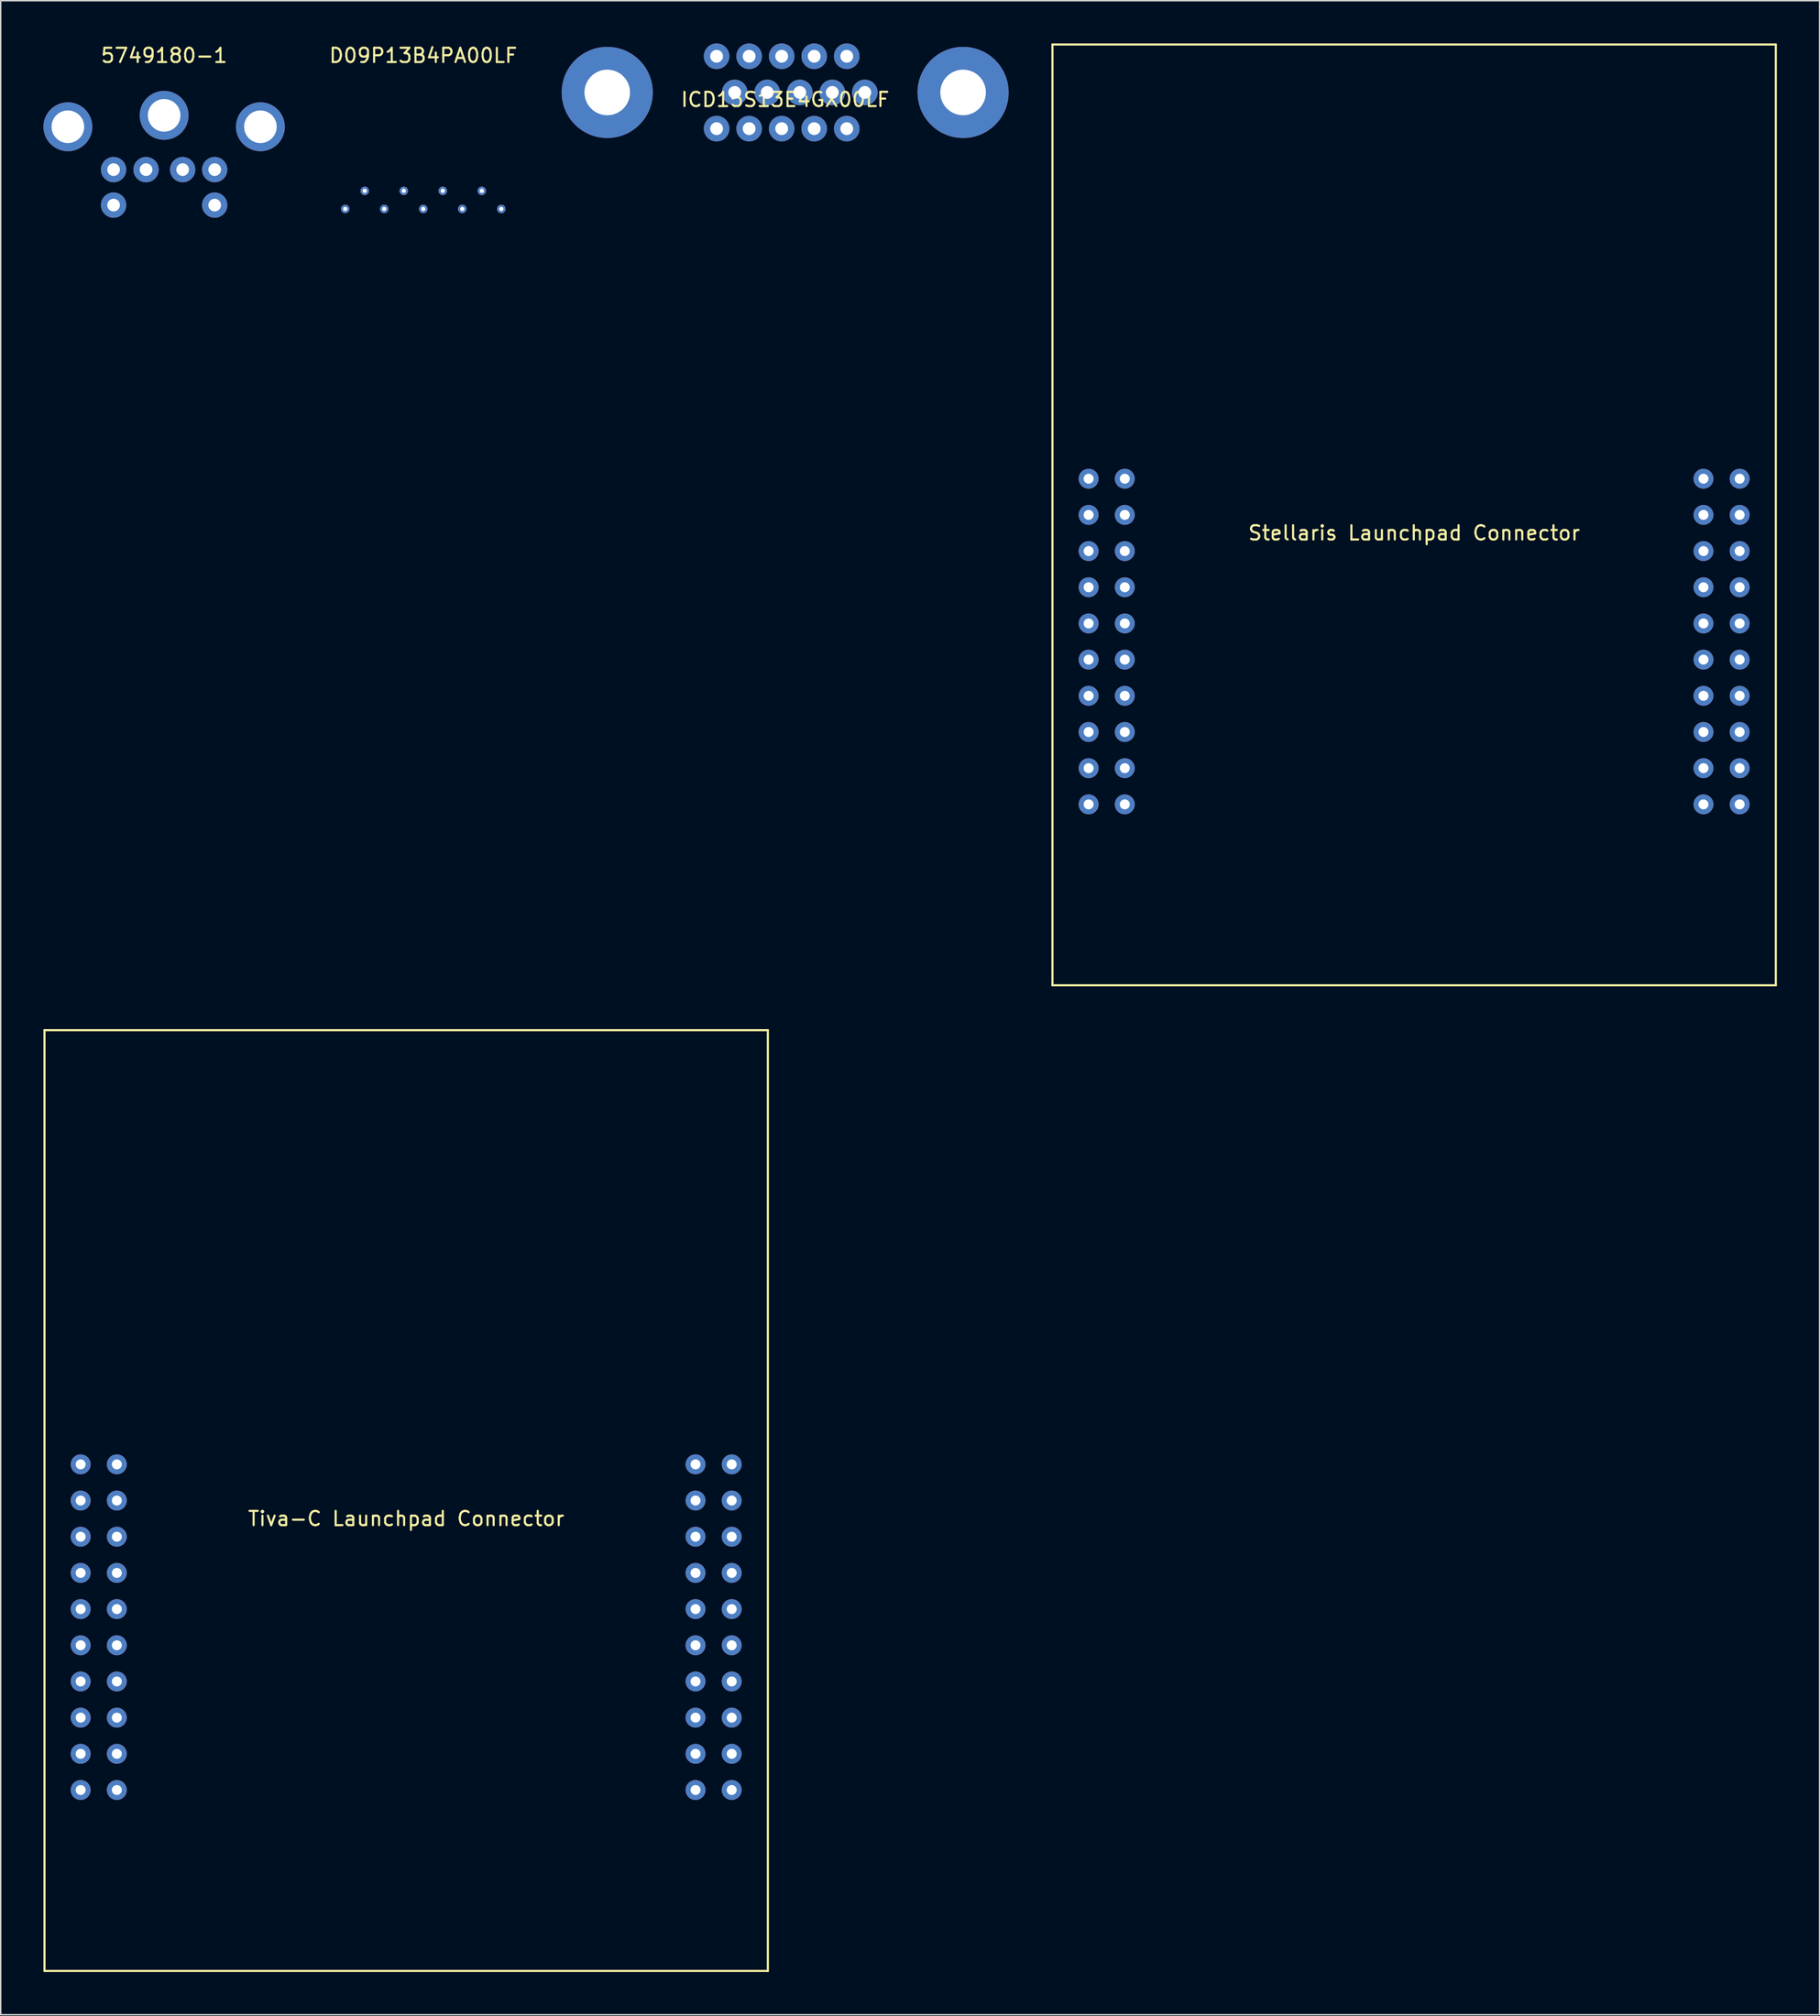
<source format=kicad_pcb>
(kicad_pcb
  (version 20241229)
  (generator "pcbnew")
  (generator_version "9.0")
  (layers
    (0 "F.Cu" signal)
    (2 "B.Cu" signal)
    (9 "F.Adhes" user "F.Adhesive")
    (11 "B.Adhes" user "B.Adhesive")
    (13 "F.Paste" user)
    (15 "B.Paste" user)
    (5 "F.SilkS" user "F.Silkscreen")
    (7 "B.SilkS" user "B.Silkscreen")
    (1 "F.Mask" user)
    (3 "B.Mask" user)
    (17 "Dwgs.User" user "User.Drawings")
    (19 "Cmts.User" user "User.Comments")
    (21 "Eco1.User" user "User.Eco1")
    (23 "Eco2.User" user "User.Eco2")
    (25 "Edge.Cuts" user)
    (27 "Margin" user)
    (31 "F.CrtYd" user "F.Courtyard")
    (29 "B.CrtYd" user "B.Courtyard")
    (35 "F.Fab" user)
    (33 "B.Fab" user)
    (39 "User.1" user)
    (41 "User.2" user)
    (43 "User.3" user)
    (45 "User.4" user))
  (footprint "5749180-1"
    (layer "F.Cu")
    (at 8.477 0.348)
    (property "Reference" "5749180-1" (at 0 0.5 0) (layer "F.SilkS") (effects (font (size 1 1) (thickness 0.15))))
    (attr through_hole)
    (pad "" thru_hole circle (at -6.76 5.5) (size 3.435 3.435) (drill 2.29) (layers "*.Cu" "*.Mask"))
    (pad "" thru_hole circle (at 0 4.7) (size 3.435 3.435) (drill 2.29) (layers "*.Cu" "*.Mask"))
    (pad "" thru_hole circle (at 6.76 5.5) (size 3.435 3.435) (drill 2.29) (layers "*.Cu" "*.Mask"))
    (pad "1" thru_hole circle (at 1.3 8.51) (size 1.78 1.78) (drill 0.89) (layers "*.Cu" "*.Mask"))
    (pad "2" thru_hole circle (at -1.27 8.51) (size 1.78 1.78) (drill 0.89) (layers "*.Cu" "*.Mask"))
    (pad "3" thru_hole circle (at 3.55 8.51) (size 1.78 1.78) (drill 0.89) (layers "*.Cu" "*.Mask"))
    (pad "4" thru_hole circle (at -3.55 8.51) (size 1.78 1.78) (drill 0.89) (layers "*.Cu" "*.Mask"))
    (pad "5" thru_hole circle (at 3.55 11) (size 1.78 1.78) (drill 0.89) (layers "*.Cu" "*.Mask"))
    (pad "6" thru_hole circle (at -3.55 11) (size 1.78 1.78) (drill 0.89) (layers "*.Cu" "*.Mask")))
  (footprint "Stellaris Launchpad Connector"
    (layer "F.Cu")
    (at 96.26 33.095)
    (property "Reference" "Stellaris Launchpad Connector" (at 0 1.27 0) (layer "F.SilkS") (effects (font (size 1 1) (thickness 0.15))))
    (attr through_hole)
    (fp_line (start -25.4 -33.02) (end 25.4 -33.02) (stroke (width 0.15) (type solid)) (layer "F.SilkS"))
    (fp_line (start -25.4 33.02) (end -25.4 -33.02) (stroke (width 0.15) (type solid)) (layer "F.SilkS"))
    (fp_line (start -25.4 33.02) (end 25.4 33.02) (stroke (width 0.15) (type solid)) (layer "F.SilkS"))
    (fp_line (start 25.4 33.02) (end 25.4 -33.02) (stroke (width 0.15) (type solid)) (layer "F.SilkS"))
    (pad "1.01" thru_hole circle (at 22.86 -2.54) (size 1.4 1.4) (drill 0.7) (layers "*.Cu" "*.Mask"))
    (pad "1.02" thru_hole circle (at 22.86 0) (size 1.4 1.4) (drill 0.7) (layers "*.Cu" "*.Mask"))
    (pad "1.03" thru_hole circle (at 22.86 2.54) (size 1.4 1.4) (drill 0.7) (layers "*.Cu" "*.Mask"))
    (pad "1.04" thru_hole circle (at 22.86 5.08) (size 1.4 1.4) (drill 0.7) (layers "*.Cu" "*.Mask"))
    (pad "1.05" thru_hole circle (at 22.86 7.62) (size 1.4 1.4) (drill 0.7) (layers "*.Cu" "*.Mask"))
    (pad "1.06" thru_hole circle (at 22.86 10.16) (size 1.4 1.4) (drill 0.7) (layers "*.Cu" "*.Mask"))
    (pad "1.07" thru_hole circle (at 22.86 12.7) (size 1.4 1.4) (drill 0.7) (layers "*.Cu" "*.Mask"))
    (pad "1.08" thru_hole circle (at 22.86 15.24) (size 1.4 1.4) (drill 0.7) (layers "*.Cu" "*.Mask"))
    (pad "1.09" thru_hole circle (at 22.86 17.78) (size 1.4 1.4) (drill 0.7) (layers "*.Cu" "*.Mask"))
    (pad "1.10" thru_hole circle (at 22.86 20.32) (size 1.4 1.4) (drill 0.7) (layers "*.Cu" "*.Mask"))
    (pad "2.01" thru_hole circle (at -22.86 -2.54) (size 1.4 1.4) (drill 0.7) (layers "*.Cu" "*.Mask"))
    (pad "2.02" thru_hole circle (at -22.86 0) (size 1.4 1.4) (drill 0.7) (layers "*.Cu" "*.Mask"))
    (pad "2.03" thru_hole circle (at -22.86 2.54) (size 1.4 1.4) (drill 0.7) (layers "*.Cu" "*.Mask"))
    (pad "2.04" thru_hole circle (at -22.86 5.08) (size 1.4 1.4) (drill 0.7) (layers "*.Cu" "*.Mask"))
    (pad "2.05" thru_hole circle (at -22.86 7.62) (size 1.4 1.4) (drill 0.7) (layers "*.Cu" "*.Mask"))
    (pad "2.06" thru_hole circle (at -22.86 10.16) (size 1.4 1.4) (drill 0.7) (layers "*.Cu" "*.Mask"))
    (pad "2.07" thru_hole circle (at -22.86 12.7) (size 1.4 1.4) (drill 0.7) (layers "*.Cu" "*.Mask"))
    (pad "2.08" thru_hole circle (at -22.86 15.24) (size 1.4 1.4) (drill 0.7) (layers "*.Cu" "*.Mask"))
    (pad "2.09" thru_hole circle (at -22.86 17.78) (size 1.4 1.4) (drill 0.7) (layers "*.Cu" "*.Mask"))
    (pad "2.10" thru_hole circle (at -22.86 20.32) (size 1.4 1.4) (drill 0.7) (layers "*.Cu" "*.Mask"))
    (pad "3.01" thru_hole circle (at 20.32 -2.54) (size 1.4 1.4) (drill 0.7) (layers "*.Cu" "*.Mask"))
    (pad "3.02" thru_hole circle (at 20.32 0) (size 1.4 1.4) (drill 0.7) (layers "*.Cu" "*.Mask"))
    (pad "3.03" thru_hole circle (at 20.32 2.54) (size 1.4 1.4) (drill 0.7) (layers "*.Cu" "*.Mask"))
    (pad "3.04" thru_hole circle (at 20.32 5.08) (size 1.4 1.4) (drill 0.7) (layers "*.Cu" "*.Mask"))
    (pad "3.05" thru_hole circle (at 20.32 7.62) (size 1.4 1.4) (drill 0.7) (layers "*.Cu" "*.Mask"))
    (pad "3.06" thru_hole circle (at 20.32 10.16) (size 1.4 1.4) (drill 0.7) (layers "*.Cu" "*.Mask"))
    (pad "3.07" thru_hole circle (at 20.32 12.7) (size 1.4 1.4) (drill 0.7) (layers "*.Cu" "*.Mask"))
    (pad "3.08" thru_hole circle (at 20.32 15.24) (size 1.4 1.4) (drill 0.7) (layers "*.Cu" "*.Mask"))
    (pad "3.09" thru_hole circle (at 20.32 17.78) (size 1.4 1.4) (drill 0.7) (layers "*.Cu" "*.Mask"))
    (pad "3.10" thru_hole circle (at 20.32 20.32) (size 1.4 1.4) (drill 0.7) (layers "*.Cu" "*.Mask"))
    (pad "4.01" thru_hole circle (at -20.32 -2.54) (size 1.4 1.4) (drill 0.7) (layers "*.Cu" "*.Mask"))
    (pad "4.02" thru_hole circle (at -20.32 0) (size 1.4 1.4) (drill 0.7) (layers "*.Cu" "*.Mask"))
    (pad "4.03" thru_hole circle (at -20.32 2.54) (size 1.4 1.4) (drill 0.7) (layers "*.Cu" "*.Mask"))
    (pad "4.04" thru_hole circle (at -20.32 5.08) (size 1.4 1.4) (drill 0.7) (layers "*.Cu" "*.Mask"))
    (pad "4.05" thru_hole circle (at -20.32 7.62) (size 1.4 1.4) (drill 0.7) (layers "*.Cu" "*.Mask"))
    (pad "4.06" thru_hole circle (at -20.32 10.16) (size 1.4 1.4) (drill 0.7) (layers "*.Cu" "*.Mask"))
    (pad "4.07" thru_hole circle (at -20.32 12.7) (size 1.4 1.4) (drill 0.7) (layers "*.Cu" "*.Mask"))
    (pad "4.08" thru_hole circle (at -20.32 15.24) (size 1.4 1.4) (drill 0.7) (layers "*.Cu" "*.Mask"))
    (pad "4.09" thru_hole circle (at -20.32 17.78) (size 1.4 1.4) (drill 0.7) (layers "*.Cu" "*.Mask"))
    (pad "4.10" thru_hole circle (at -20.32 20.32) (size 1.4 1.4) (drill 0.7) (layers "*.Cu" "*.Mask")))
  (footprint "D09P13B4PA00LF"
    (layer "F.Cu")
    (at 26.675 0.348)
    (property "Reference" "D09P13B4PA00LF" (at 0 0.5 0) (layer "F.SilkS") (effects (font (size 1 1) (thickness 0.15))))
    (attr through_hole)
    (pad "1" thru_hole circle (at -5.48 11.27) (size 0.6 0.6) (drill 0.3) (layers "*.Cu" "*.Mask"))
    (pad "2" thru_hole circle (at -2.74 11.27) (size 0.6 0.6) (drill 0.3) (layers "*.Cu" "*.Mask"))
    (pad "2" thru_hole circle (at -1.37 10) (size 0.6 0.6) (drill 0.3) (layers "*.Cu" "*.Mask"))
    (pad "3" thru_hole circle (at 0 11.27) (size 0.6 0.6) (drill 0.3) (layers "*.Cu" "*.Mask"))
    (pad "3" thru_hole circle (at 1.37 10) (size 0.6 0.6) (drill 0.3) (layers "*.Cu" "*.Mask"))
    (pad "4" thru_hole circle (at 2.74 11.27) (size 0.6 0.6) (drill 0.3) (layers "*.Cu" "*.Mask"))
    (pad "4" thru_hole circle (at 4.11 10) (size 0.6 0.6) (drill 0.3) (layers "*.Cu" "*.Mask"))
    (pad "5" thru_hole circle (at 5.48 11.27) (size 0.6 0.6) (drill 0.3) (layers "*.Cu" "*.Mask"))
    (pad "6" thru_hole circle (at -4.11 10) (size 0.6 0.6) (drill 0.3) (layers "*.Cu" "*.Mask")))
  (footprint "Tiva-C Launchpad Connector"
    (layer "F.Cu")
    (at 25.475 102.285)
    (property "Reference" "Tiva-C Launchpad Connector" (at 0 1.27 0) (layer "F.SilkS") (effects (font (size 1 1) (thickness 0.15))))
    (attr through_hole)
    (fp_line (start -25.4 -33.02) (end 25.4 -33.02) (stroke (width 0.15) (type solid)) (layer "F.SilkS"))
    (fp_line (start -25.4 33.02) (end -25.4 -33.02) (stroke (width 0.15) (type solid)) (layer "F.SilkS"))
    (fp_line (start -25.4 33.02) (end 25.4 33.02) (stroke (width 0.15) (type solid)) (layer "F.SilkS"))
    (fp_line (start 25.4 33.02) (end 25.4 -33.02) (stroke (width 0.15) (type solid)) (layer "F.SilkS"))
    (pad "1.01" thru_hole circle (at 22.86 -2.54) (size 1.4 1.4) (drill 0.7) (layers "*.Cu" "*.Mask"))
    (pad "1.02" thru_hole circle (at 22.86 0) (size 1.4 1.4) (drill 0.7) (layers "*.Cu" "*.Mask"))
    (pad "1.03" thru_hole circle (at 22.86 2.54) (size 1.4 1.4) (drill 0.7) (layers "*.Cu" "*.Mask"))
    (pad "1.04" thru_hole circle (at 22.86 5.08) (size 1.4 1.4) (drill 0.7) (layers "*.Cu" "*.Mask"))
    (pad "1.05" thru_hole circle (at 22.86 7.62) (size 1.4 1.4) (drill 0.7) (layers "*.Cu" "*.Mask"))
    (pad "1.06" thru_hole circle (at 22.86 10.16) (size 1.4 1.4) (drill 0.7) (layers "*.Cu" "*.Mask"))
    (pad "1.07" thru_hole circle (at 22.86 12.7) (size 1.4 1.4) (drill 0.7) (layers "*.Cu" "*.Mask"))
    (pad "1.08" thru_hole circle (at 22.86 15.24) (size 1.4 1.4) (drill 0.7) (layers "*.Cu" "*.Mask"))
    (pad "1.09" thru_hole circle (at 22.86 17.78) (size 1.4 1.4) (drill 0.7) (layers "*.Cu" "*.Mask"))
    (pad "1.10" thru_hole circle (at 22.86 20.32) (size 1.4 1.4) (drill 0.7) (layers "*.Cu" "*.Mask"))
    (pad "2.01" thru_hole circle (at -22.86 -2.54) (size 1.4 1.4) (drill 0.7) (layers "*.Cu" "*.Mask"))
    (pad "2.02" thru_hole circle (at -22.86 0) (size 1.4 1.4) (drill 0.7) (layers "*.Cu" "*.Mask"))
    (pad "2.03" thru_hole circle (at -22.86 2.54) (size 1.4 1.4) (drill 0.7) (layers "*.Cu" "*.Mask"))
    (pad "2.04" thru_hole circle (at -22.86 5.08) (size 1.4 1.4) (drill 0.7) (layers "*.Cu" "*.Mask"))
    (pad "2.05" thru_hole circle (at -22.86 7.62) (size 1.4 1.4) (drill 0.7) (layers "*.Cu" "*.Mask"))
    (pad "2.06" thru_hole circle (at -22.86 10.16) (size 1.4 1.4) (drill 0.7) (layers "*.Cu" "*.Mask"))
    (pad "2.07" thru_hole circle (at -22.86 12.7) (size 1.4 1.4) (drill 0.7) (layers "*.Cu" "*.Mask"))
    (pad "2.08" thru_hole circle (at -22.86 15.24) (size 1.4 1.4) (drill 0.7) (layers "*.Cu" "*.Mask"))
    (pad "2.09" thru_hole circle (at -22.86 17.78) (size 1.4 1.4) (drill 0.7) (layers "*.Cu" "*.Mask"))
    (pad "2.10" thru_hole circle (at -22.86 20.32) (size 1.4 1.4) (drill 0.7) (layers "*.Cu" "*.Mask"))
    (pad "3.01" thru_hole circle (at 20.32 -2.54) (size 1.4 1.4) (drill 0.7) (layers "*.Cu" "*.Mask"))
    (pad "3.02" thru_hole circle (at 20.32 0) (size 1.4 1.4) (drill 0.7) (layers "*.Cu" "*.Mask"))
    (pad "3.03" thru_hole circle (at 20.32 2.54) (size 1.4 1.4) (drill 0.7) (layers "*.Cu" "*.Mask"))
    (pad "3.04" thru_hole circle (at 20.32 5.08) (size 1.4 1.4) (drill 0.7) (layers "*.Cu" "*.Mask"))
    (pad "3.05" thru_hole circle (at 20.32 7.62) (size 1.4 1.4) (drill 0.7) (layers "*.Cu" "*.Mask"))
    (pad "3.06" thru_hole circle (at 20.32 10.16) (size 1.4 1.4) (drill 0.7) (layers "*.Cu" "*.Mask"))
    (pad "3.07" thru_hole circle (at 20.32 12.7) (size 1.4 1.4) (drill 0.7) (layers "*.Cu" "*.Mask"))
    (pad "3.08" thru_hole circle (at 20.32 15.24) (size 1.4 1.4) (drill 0.7) (layers "*.Cu" "*.Mask"))
    (pad "3.09" thru_hole circle (at 20.32 17.78) (size 1.4 1.4) (drill 0.7) (layers "*.Cu" "*.Mask"))
    (pad "3.10" thru_hole circle (at 20.32 20.32) (size 1.4 1.4) (drill 0.7) (layers "*.Cu" "*.Mask"))
    (pad "4.01" thru_hole circle (at -20.32 -2.54) (size 1.4 1.4) (drill 0.7) (layers "*.Cu" "*.Mask"))
    (pad "4.02" thru_hole circle (at -20.32 0) (size 1.4 1.4) (drill 0.7) (layers "*.Cu" "*.Mask"))
    (pad "4.03" thru_hole circle (at -20.32 2.54) (size 1.4 1.4) (drill 0.7) (layers "*.Cu" "*.Mask"))
    (pad "4.04" thru_hole circle (at -20.32 5.08) (size 1.4 1.4) (drill 0.7) (layers "*.Cu" "*.Mask"))
    (pad "4.05" thru_hole circle (at -20.32 7.62) (size 1.4 1.4) (drill 0.7) (layers "*.Cu" "*.Mask"))
    (pad "4.06" thru_hole circle (at -20.32 10.16) (size 1.4 1.4) (drill 0.7) (layers "*.Cu" "*.Mask"))
    (pad "4.07" thru_hole circle (at -20.32 12.7) (size 1.4 1.4) (drill 0.7) (layers "*.Cu" "*.Mask"))
    (pad "4.08" thru_hole circle (at -20.32 15.24) (size 1.4 1.4) (drill 0.7) (layers "*.Cu" "*.Mask"))
    (pad "4.09" thru_hole circle (at -20.32 17.78) (size 1.4 1.4) (drill 0.7) (layers "*.Cu" "*.Mask"))
    (pad "4.10" thru_hole circle (at -20.32 20.32) (size 1.4 1.4) (drill 0.7) (layers "*.Cu" "*.Mask")))
  (footprint "ICD15S13E4GX00LF"
    (layer "F.Cu")
    (at 52.09 3.44)
    (property "Reference" "ICD15S13E4GX00LF" (at 0 0.5 0) (layer "F.SilkS") (effects (font (size 1 1) (thickness 0.15))))
    (attr through_hole)
    (pad "" thru_hole circle (at -12.495 0) (size 6.4 6.4) (drill 3.2) (layers "*.Cu" "*.Mask"))
    (pad "" thru_hole circle (at 12.495 0) (size 6.4 6.4) (drill 3.2) (layers "*.Cu" "*.Mask"))
    (pad "1" thru_hole circle (at 4.325 2.54) (size 1.8 1.8) (drill 0.9) (layers "*.Cu" "*.Mask"))
    (pad "2" thru_hole circle (at 2.04 2.54) (size 1.8 1.8) (drill 0.9) (layers "*.Cu" "*.Mask"))
    (pad "3" thru_hole circle (at -0.245 2.54) (size 1.8 1.8) (drill 0.9) (layers "*.Cu" "*.Mask"))
    (pad "4" thru_hole circle (at -2.53 2.54) (size 1.8 1.8) (drill 0.9) (layers "*.Cu" "*.Mask"))
    (pad "5" thru_hole circle (at -4.815 2.54) (size 1.8 1.8) (drill 0.9) (layers "*.Cu" "*.Mask"))
    (pad "6" thru_hole circle (at 5.595 0) (size 1.8 1.8) (drill 0.9) (layers "*.Cu" "*.Mask"))
    (pad "7" thru_hole circle (at 3.31 0) (size 1.8 1.8) (drill 0.9) (layers "*.Cu" "*.Mask"))
    (pad "8" thru_hole circle (at 1.025 0) (size 1.8 1.8) (drill 0.9) (layers "*.Cu" "*.Mask"))
    (pad "9" thru_hole circle (at -1.26 0) (size 1.8 1.8) (drill 0.9) (layers "*.Cu" "*.Mask"))
    (pad "10" thru_hole circle (at -3.545 0) (size 1.8 1.8) (drill 0.9) (layers "*.Cu" "*.Mask"))
    (pad "11" thru_hole circle (at 4.325 -2.54) (size 1.8 1.8) (drill 0.9) (layers "*.Cu" "*.Mask"))
    (pad "12" thru_hole circle (at 2.04 -2.54) (size 1.8 1.8) (drill 0.9) (layers "*.Cu" "*.Mask"))
    (pad "13" thru_hole circle (at -0.245 -2.54) (size 1.8 1.8) (drill 0.9) (layers "*.Cu" "*.Mask"))
    (pad "14" thru_hole circle (at -2.53 -2.54) (size 1.8 1.8) (drill 0.9) (layers "*.Cu" "*.Mask"))
    (pad "15" thru_hole circle (at -4.815 -2.54) (size 1.8 1.8) (drill 0.9) (layers "*.Cu" "*.Mask")))
  (gr_rect
    (start -3 -3)
    (end 124.735 138.38)
    (stroke (width 0.1) (type default))
    (fill no)
    (layer "Edge.Cuts")))
</source>
